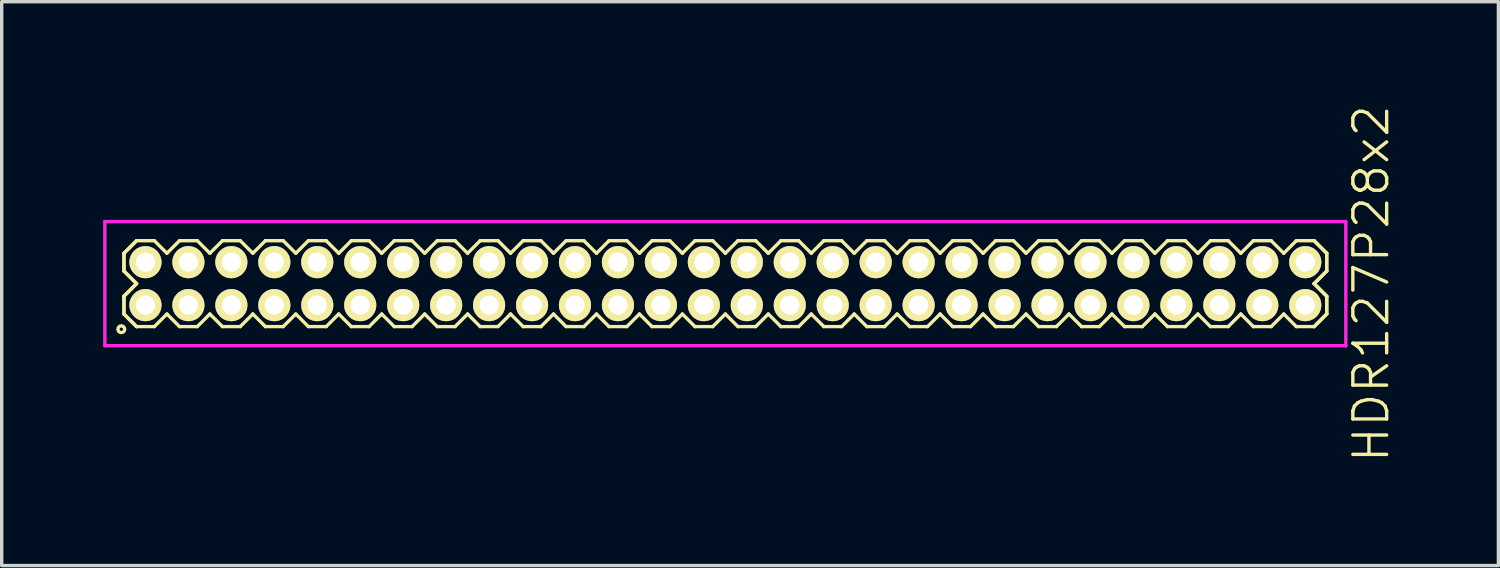
<source format=kicad_pcb>
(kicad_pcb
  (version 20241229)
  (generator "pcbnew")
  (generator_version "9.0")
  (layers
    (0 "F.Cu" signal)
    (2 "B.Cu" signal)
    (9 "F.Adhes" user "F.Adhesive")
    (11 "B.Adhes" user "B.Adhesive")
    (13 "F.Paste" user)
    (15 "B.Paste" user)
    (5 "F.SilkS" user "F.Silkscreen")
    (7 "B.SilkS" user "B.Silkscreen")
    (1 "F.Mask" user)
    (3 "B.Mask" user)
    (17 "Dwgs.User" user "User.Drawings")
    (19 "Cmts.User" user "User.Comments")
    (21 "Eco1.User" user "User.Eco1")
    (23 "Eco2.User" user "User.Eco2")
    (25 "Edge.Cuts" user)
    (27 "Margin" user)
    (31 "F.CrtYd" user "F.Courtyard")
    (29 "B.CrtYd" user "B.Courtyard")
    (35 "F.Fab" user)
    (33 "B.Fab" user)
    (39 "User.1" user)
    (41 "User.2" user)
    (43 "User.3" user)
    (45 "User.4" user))
  (footprint "HDR127P28x2"
    (layer "F.Cu")
    (at 18.395 5.336)
    (property "Reference" "HDR127P28x2" (at 19.095 0 90) (layer "F.SilkS") (effects (font (size 1 1) (thickness 0.1))))
    (attr through_hole)
    (fp_line (start -17.78 -0.898) (end -17.408 -1.27) (stroke (width 0.1) (type solid)) (layer "F.SilkS"))
    (fp_line (start -17.78 -0.898) (end -17.408 -1.27) (stroke (width 0.1) (type solid)) (layer "F.SilkS"))
    (fp_line (start -17.78 -0.372) (end -17.78 -0.898) (stroke (width 0.1) (type solid)) (layer "F.SilkS"))
    (fp_line (start -17.78 -0.372) (end -17.78 -0.898) (stroke (width 0.1) (type solid)) (layer "F.SilkS"))
    (fp_line (start -17.78 0.372) (end -17.408 0) (stroke (width 0.1) (type solid)) (layer "F.SilkS"))
    (fp_line (start -17.78 0.372) (end -17.408 0) (stroke (width 0.1) (type solid)) (layer "F.SilkS"))
    (fp_line (start -17.78 0.898) (end -17.78 0.372) (stroke (width 0.1) (type solid)) (layer "F.SilkS"))
    (fp_line (start -17.78 0.898) (end -17.78 0.372) (stroke (width 0.1) (type solid)) (layer "F.SilkS"))
    (fp_line (start -17.408 -1.27) (end -16.882 -1.27) (stroke (width 0.1) (type solid)) (layer "F.SilkS"))
    (fp_line (start -17.408 0) (end -17.78 -0.372) (stroke (width 0.1) (type solid)) (layer "F.SilkS"))
    (fp_line (start -17.408 0) (end -17.78 -0.372) (stroke (width 0.1) (type solid)) (layer "F.SilkS"))
    (fp_line (start -17.408 1.27) (end -17.78 0.898) (stroke (width 0.1) (type solid)) (layer "F.SilkS"))
    (fp_line (start -17.408 1.27) (end -17.78 0.898) (stroke (width 0.1) (type solid)) (layer "F.SilkS"))
    (fp_line (start -16.882 -1.27) (end -16.51 -0.898) (stroke (width 0.1) (type solid)) (layer "F.SilkS"))
    (fp_line (start -16.882 1.27) (end -17.408 1.27) (stroke (width 0.1) (type solid)) (layer "F.SilkS"))
    (fp_line (start -16.51 -0.898) (end -16.138 -1.27) (stroke (width 0.1) (type solid)) (layer "F.SilkS"))
    (fp_line (start -16.51 0.898) (end -16.882 1.27) (stroke (width 0.1) (type solid)) (layer "F.SilkS"))
    (fp_line (start -16.138 -1.27) (end -15.612 -1.27) (stroke (width 0.1) (type solid)) (layer "F.SilkS"))
    (fp_line (start -16.138 1.27) (end -16.51 0.898) (stroke (width 0.1) (type solid)) (layer "F.SilkS"))
    (fp_line (start -15.612 -1.27) (end -15.24 -0.898) (stroke (width 0.1) (type solid)) (layer "F.SilkS"))
    (fp_line (start -15.612 1.27) (end -16.138 1.27) (stroke (width 0.1) (type solid)) (layer "F.SilkS"))
    (fp_line (start -15.24 -0.898) (end -14.868 -1.27) (stroke (width 0.1) (type solid)) (layer "F.SilkS"))
    (fp_line (start -15.24 0.898) (end -15.612 1.27) (stroke (width 0.1) (type solid)) (layer "F.SilkS"))
    (fp_line (start -14.868 -1.27) (end -14.342 -1.27) (stroke (width 0.1) (type solid)) (layer "F.SilkS"))
    (fp_line (start -14.868 1.27) (end -15.24 0.898) (stroke (width 0.1) (type solid)) (layer "F.SilkS"))
    (fp_line (start -14.342 -1.27) (end -13.97 -0.898) (stroke (width 0.1) (type solid)) (layer "F.SilkS"))
    (fp_line (start -14.342 1.27) (end -14.868 1.27) (stroke (width 0.1) (type solid)) (layer "F.SilkS"))
    (fp_line (start -13.97 -0.898) (end -13.598 -1.27) (stroke (width 0.1) (type solid)) (layer "F.SilkS"))
    (fp_line (start -13.97 0.898) (end -14.342 1.27) (stroke (width 0.1) (type solid)) (layer "F.SilkS"))
    (fp_line (start -13.598 -1.27) (end -13.072 -1.27) (stroke (width 0.1) (type solid)) (layer "F.SilkS"))
    (fp_line (start -13.598 1.27) (end -13.97 0.898) (stroke (width 0.1) (type solid)) (layer "F.SilkS"))
    (fp_line (start -13.072 -1.27) (end -12.7 -0.898) (stroke (width 0.1) (type solid)) (layer "F.SilkS"))
    (fp_line (start -13.072 1.27) (end -13.598 1.27) (stroke (width 0.1) (type solid)) (layer "F.SilkS"))
    (fp_line (start -12.7 -0.898) (end -12.328 -1.27) (stroke (width 0.1) (type solid)) (layer "F.SilkS"))
    (fp_line (start -12.7 0.898) (end -13.072 1.27) (stroke (width 0.1) (type solid)) (layer "F.SilkS"))
    (fp_line (start -12.328 -1.27) (end -11.802 -1.27) (stroke (width 0.1) (type solid)) (layer "F.SilkS"))
    (fp_line (start -12.328 1.27) (end -12.7 0.898) (stroke (width 0.1) (type solid)) (layer "F.SilkS"))
    (fp_line (start -11.802 -1.27) (end -11.43 -0.898) (stroke (width 0.1) (type solid)) (layer "F.SilkS"))
    (fp_line (start -11.802 1.27) (end -12.328 1.27) (stroke (width 0.1) (type solid)) (layer "F.SilkS"))
    (fp_line (start -11.43 -0.898) (end -11.058 -1.27) (stroke (width 0.1) (type solid)) (layer "F.SilkS"))
    (fp_line (start -11.43 0.898) (end -11.802 1.27) (stroke (width 0.1) (type solid)) (layer "F.SilkS"))
    (fp_line (start -11.058 -1.27) (end -10.532 -1.27) (stroke (width 0.1) (type solid)) (layer "F.SilkS"))
    (fp_line (start -11.058 1.27) (end -11.43 0.898) (stroke (width 0.1) (type solid)) (layer "F.SilkS"))
    (fp_line (start -10.532 -1.27) (end -10.16 -0.898) (stroke (width 0.1) (type solid)) (layer "F.SilkS"))
    (fp_line (start -10.532 1.27) (end -11.058 1.27) (stroke (width 0.1) (type solid)) (layer "F.SilkS"))
    (fp_line (start -10.16 -0.898) (end -9.788 -1.27) (stroke (width 0.1) (type solid)) (layer "F.SilkS"))
    (fp_line (start -10.16 0.898) (end -10.532 1.27) (stroke (width 0.1) (type solid)) (layer "F.SilkS"))
    (fp_line (start -9.788 -1.27) (end -9.262 -1.27) (stroke (width 0.1) (type solid)) (layer "F.SilkS"))
    (fp_line (start -9.788 1.27) (end -10.16 0.898) (stroke (width 0.1) (type solid)) (layer "F.SilkS"))
    (fp_line (start -9.262 -1.27) (end -8.89 -0.898) (stroke (width 0.1) (type solid)) (layer "F.SilkS"))
    (fp_line (start -9.262 1.27) (end -9.788 1.27) (stroke (width 0.1) (type solid)) (layer "F.SilkS"))
    (fp_line (start -8.89 -0.898) (end -8.518 -1.27) (stroke (width 0.1) (type solid)) (layer "F.SilkS"))
    (fp_line (start -8.89 0.898) (end -9.262 1.27) (stroke (width 0.1) (type solid)) (layer "F.SilkS"))
    (fp_line (start -8.518 -1.27) (end -7.992 -1.27) (stroke (width 0.1) (type solid)) (layer "F.SilkS"))
    (fp_line (start -8.518 1.27) (end -8.89 0.898) (stroke (width 0.1) (type solid)) (layer "F.SilkS"))
    (fp_line (start -7.992 -1.27) (end -7.62 -0.898) (stroke (width 0.1) (type solid)) (layer "F.SilkS"))
    (fp_line (start -7.992 1.27) (end -8.518 1.27) (stroke (width 0.1) (type solid)) (layer "F.SilkS"))
    (fp_line (start -7.62 -0.898) (end -7.248 -1.27) (stroke (width 0.1) (type solid)) (layer "F.SilkS"))
    (fp_line (start -7.62 0.898) (end -7.992 1.27) (stroke (width 0.1) (type solid)) (layer "F.SilkS"))
    (fp_line (start -7.248 -1.27) (end -6.722 -1.27) (stroke (width 0.1) (type solid)) (layer "F.SilkS"))
    (fp_line (start -7.248 1.27) (end -7.62 0.898) (stroke (width 0.1) (type solid)) (layer "F.SilkS"))
    (fp_line (start -6.722 -1.27) (end -6.35 -0.898) (stroke (width 0.1) (type solid)) (layer "F.SilkS"))
    (fp_line (start -6.722 1.27) (end -7.248 1.27) (stroke (width 0.1) (type solid)) (layer "F.SilkS"))
    (fp_line (start -6.35 -0.898) (end -5.978 -1.27) (stroke (width 0.1) (type solid)) (layer "F.SilkS"))
    (fp_line (start -6.35 0.898) (end -6.722 1.27) (stroke (width 0.1) (type solid)) (layer "F.SilkS"))
    (fp_line (start -5.978 -1.27) (end -5.452 -1.27) (stroke (width 0.1) (type solid)) (layer "F.SilkS"))
    (fp_line (start -5.978 1.27) (end -6.35 0.898) (stroke (width 0.1) (type solid)) (layer "F.SilkS"))
    (fp_line (start -5.452 -1.27) (end -5.08 -0.898) (stroke (width 0.1) (type solid)) (layer "F.SilkS"))
    (fp_line (start -5.452 1.27) (end -5.978 1.27) (stroke (width 0.1) (type solid)) (layer "F.SilkS"))
    (fp_line (start -5.08 -0.898) (end -4.708 -1.27) (stroke (width 0.1) (type solid)) (layer "F.SilkS"))
    (fp_line (start -5.08 0.898) (end -5.452 1.27) (stroke (width 0.1) (type solid)) (layer "F.SilkS"))
    (fp_line (start -4.708 -1.27) (end -4.182 -1.27) (stroke (width 0.1) (type solid)) (layer "F.SilkS"))
    (fp_line (start -4.708 1.27) (end -5.08 0.898) (stroke (width 0.1) (type solid)) (layer "F.SilkS"))
    (fp_line (start -4.182 -1.27) (end -3.81 -0.898) (stroke (width 0.1) (type solid)) (layer "F.SilkS"))
    (fp_line (start -4.182 1.27) (end -4.708 1.27) (stroke (width 0.1) (type solid)) (layer "F.SilkS"))
    (fp_line (start -3.81 -0.898) (end -3.438 -1.27) (stroke (width 0.1) (type solid)) (layer "F.SilkS"))
    (fp_line (start -3.81 0.898) (end -4.182 1.27) (stroke (width 0.1) (type solid)) (layer "F.SilkS"))
    (fp_line (start -3.438 -1.27) (end -2.912 -1.27) (stroke (width 0.1) (type solid)) (layer "F.SilkS"))
    (fp_line (start -3.438 1.27) (end -3.81 0.898) (stroke (width 0.1) (type solid)) (layer "F.SilkS"))
    (fp_line (start -2.912 -1.27) (end -2.54 -0.898) (stroke (width 0.1) (type solid)) (layer "F.SilkS"))
    (fp_line (start -2.912 1.27) (end -3.438 1.27) (stroke (width 0.1) (type solid)) (layer "F.SilkS"))
    (fp_line (start -2.54 -0.898) (end -2.168 -1.27) (stroke (width 0.1) (type solid)) (layer "F.SilkS"))
    (fp_line (start -2.54 0.898) (end -2.912 1.27) (stroke (width 0.1) (type solid)) (layer "F.SilkS"))
    (fp_line (start -2.168 -1.27) (end -1.642 -1.27) (stroke (width 0.1) (type solid)) (layer "F.SilkS"))
    (fp_line (start -2.168 1.27) (end -2.54 0.898) (stroke (width 0.1) (type solid)) (layer "F.SilkS"))
    (fp_line (start -1.642 -1.27) (end -1.27 -0.898) (stroke (width 0.1) (type solid)) (layer "F.SilkS"))
    (fp_line (start -1.642 1.27) (end -2.168 1.27) (stroke (width 0.1) (type solid)) (layer "F.SilkS"))
    (fp_line (start -1.27 -0.898) (end -0.898 -1.27) (stroke (width 0.1) (type solid)) (layer "F.SilkS"))
    (fp_line (start -1.27 0.898) (end -1.642 1.27) (stroke (width 0.1) (type solid)) (layer "F.SilkS"))
    (fp_line (start -0.898 -1.27) (end -0.372 -1.27) (stroke (width 0.1) (type solid)) (layer "F.SilkS"))
    (fp_line (start -0.898 1.27) (end -1.27 0.898) (stroke (width 0.1) (type solid)) (layer "F.SilkS"))
    (fp_line (start -0.372 -1.27) (end 0 -0.898) (stroke (width 0.1) (type solid)) (layer "F.SilkS"))
    (fp_line (start -0.372 1.27) (end -0.898 1.27) (stroke (width 0.1) (type solid)) (layer "F.SilkS"))
    (fp_line (start 0 -0.898) (end 0.372 -1.27) (stroke (width 0.1) (type solid)) (layer "F.SilkS"))
    (fp_line (start 0 0.898) (end -0.372 1.27) (stroke (width 0.1) (type solid)) (layer "F.SilkS"))
    (fp_line (start 0.372 -1.27) (end 0.898 -1.27) (stroke (width 0.1) (type solid)) (layer "F.SilkS"))
    (fp_line (start 0.372 1.27) (end 0 0.898) (stroke (width 0.1) (type solid)) (layer "F.SilkS"))
    (fp_line (start 0.898 -1.27) (end 1.27 -0.898) (stroke (width 0.1) (type solid)) (layer "F.SilkS"))
    (fp_line (start 0.898 1.27) (end 0.372 1.27) (stroke (width 0.1) (type solid)) (layer "F.SilkS"))
    (fp_line (start 1.27 -0.898) (end 1.642 -1.27) (stroke (width 0.1) (type solid)) (layer "F.SilkS"))
    (fp_line (start 1.27 0.898) (end 0.898 1.27) (stroke (width 0.1) (type solid)) (layer "F.SilkS"))
    (fp_line (start 1.642 -1.27) (end 2.168 -1.27) (stroke (width 0.1) (type solid)) (layer "F.SilkS"))
    (fp_line (start 1.642 1.27) (end 1.27 0.898) (stroke (width 0.1) (type solid)) (layer "F.SilkS"))
    (fp_line (start 2.168 -1.27) (end 2.54 -0.898) (stroke (width 0.1) (type solid)) (layer "F.SilkS"))
    (fp_line (start 2.168 1.27) (end 1.642 1.27) (stroke (width 0.1) (type solid)) (layer "F.SilkS"))
    (fp_line (start 2.54 -0.898) (end 2.912 -1.27) (stroke (width 0.1) (type solid)) (layer "F.SilkS"))
    (fp_line (start 2.54 0.898) (end 2.168 1.27) (stroke (width 0.1) (type solid)) (layer "F.SilkS"))
    (fp_line (start 2.912 -1.27) (end 3.438 -1.27) (stroke (width 0.1) (type solid)) (layer "F.SilkS"))
    (fp_line (start 2.912 1.27) (end 2.54 0.898) (stroke (width 0.1) (type solid)) (layer "F.SilkS"))
    (fp_line (start 3.438 -1.27) (end 3.81 -0.898) (stroke (width 0.1) (type solid)) (layer "F.SilkS"))
    (fp_line (start 3.438 1.27) (end 2.912 1.27) (stroke (width 0.1) (type solid)) (layer "F.SilkS"))
    (fp_line (start 3.81 -0.898) (end 4.182 -1.27) (stroke (width 0.1) (type solid)) (layer "F.SilkS"))
    (fp_line (start 3.81 0.898) (end 3.438 1.27) (stroke (width 0.1) (type solid)) (layer "F.SilkS"))
    (fp_line (start 4.182 -1.27) (end 4.708 -1.27) (stroke (width 0.1) (type solid)) (layer "F.SilkS"))
    (fp_line (start 4.182 1.27) (end 3.81 0.898) (stroke (width 0.1) (type solid)) (layer "F.SilkS"))
    (fp_line (start 4.708 -1.27) (end 5.08 -0.898) (stroke (width 0.1) (type solid)) (layer "F.SilkS"))
    (fp_line (start 4.708 1.27) (end 4.182 1.27) (stroke (width 0.1) (type solid)) (layer "F.SilkS"))
    (fp_line (start 5.08 -0.898) (end 5.452 -1.27) (stroke (width 0.1) (type solid)) (layer "F.SilkS"))
    (fp_line (start 5.08 0.898) (end 4.708 1.27) (stroke (width 0.1) (type solid)) (layer "F.SilkS"))
    (fp_line (start 5.452 -1.27) (end 5.978 -1.27) (stroke (width 0.1) (type solid)) (layer "F.SilkS"))
    (fp_line (start 5.452 1.27) (end 5.08 0.898) (stroke (width 0.1) (type solid)) (layer "F.SilkS"))
    (fp_line (start 5.978 -1.27) (end 6.35 -0.898) (stroke (width 0.1) (type solid)) (layer "F.SilkS"))
    (fp_line (start 5.978 1.27) (end 5.452 1.27) (stroke (width 0.1) (type solid)) (layer "F.SilkS"))
    (fp_line (start 6.35 -0.898) (end 6.722 -1.27) (stroke (width 0.1) (type solid)) (layer "F.SilkS"))
    (fp_line (start 6.35 0.898) (end 5.978 1.27) (stroke (width 0.1) (type solid)) (layer "F.SilkS"))
    (fp_line (start 6.722 -1.27) (end 7.248 -1.27) (stroke (width 0.1) (type solid)) (layer "F.SilkS"))
    (fp_line (start 6.722 1.27) (end 6.35 0.898) (stroke (width 0.1) (type solid)) (layer "F.SilkS"))
    (fp_line (start 7.248 -1.27) (end 7.62 -0.898) (stroke (width 0.1) (type solid)) (layer "F.SilkS"))
    (fp_line (start 7.248 1.27) (end 6.722 1.27) (stroke (width 0.1) (type solid)) (layer "F.SilkS"))
    (fp_line (start 7.62 -0.898) (end 7.992 -1.27) (stroke (width 0.1) (type solid)) (layer "F.SilkS"))
    (fp_line (start 7.62 0.898) (end 7.248 1.27) (stroke (width 0.1) (type solid)) (layer "F.SilkS"))
    (fp_line (start 7.992 -1.27) (end 8.518 -1.27) (stroke (width 0.1) (type solid)) (layer "F.SilkS"))
    (fp_line (start 7.992 1.27) (end 7.62 0.898) (stroke (width 0.1) (type solid)) (layer "F.SilkS"))
    (fp_line (start 8.518 -1.27) (end 8.89 -0.898) (stroke (width 0.1) (type solid)) (layer "F.SilkS"))
    (fp_line (start 8.518 1.27) (end 7.992 1.27) (stroke (width 0.1) (type solid)) (layer "F.SilkS"))
    (fp_line (start 8.89 -0.898) (end 9.262 -1.27) (stroke (width 0.1) (type solid)) (layer "F.SilkS"))
    (fp_line (start 8.89 0.898) (end 8.518 1.27) (stroke (width 0.1) (type solid)) (layer "F.SilkS"))
    (fp_line (start 9.262 -1.27) (end 9.788 -1.27) (stroke (width 0.1) (type solid)) (layer "F.SilkS"))
    (fp_line (start 9.262 1.27) (end 8.89 0.898) (stroke (width 0.1) (type solid)) (layer "F.SilkS"))
    (fp_line (start 9.788 -1.27) (end 10.16 -0.898) (stroke (width 0.1) (type solid)) (layer "F.SilkS"))
    (fp_line (start 9.788 1.27) (end 9.262 1.27) (stroke (width 0.1) (type solid)) (layer "F.SilkS"))
    (fp_line (start 10.16 -0.898) (end 10.532 -1.27) (stroke (width 0.1) (type solid)) (layer "F.SilkS"))
    (fp_line (start 10.16 0.898) (end 9.788 1.27) (stroke (width 0.1) (type solid)) (layer "F.SilkS"))
    (fp_line (start 10.532 -1.27) (end 11.058 -1.27) (stroke (width 0.1) (type solid)) (layer "F.SilkS"))
    (fp_line (start 10.532 1.27) (end 10.16 0.898) (stroke (width 0.1) (type solid)) (layer "F.SilkS"))
    (fp_line (start 11.058 -1.27) (end 11.43 -0.898) (stroke (width 0.1) (type solid)) (layer "F.SilkS"))
    (fp_line (start 11.058 1.27) (end 10.532 1.27) (stroke (width 0.1) (type solid)) (layer "F.SilkS"))
    (fp_line (start 11.43 -0.898) (end 11.802 -1.27) (stroke (width 0.1) (type solid)) (layer "F.SilkS"))
    (fp_line (start 11.43 0.898) (end 11.058 1.27) (stroke (width 0.1) (type solid)) (layer "F.SilkS"))
    (fp_line (start 11.802 -1.27) (end 12.328 -1.27) (stroke (width 0.1) (type solid)) (layer "F.SilkS"))
    (fp_line (start 11.802 1.27) (end 11.43 0.898) (stroke (width 0.1) (type solid)) (layer "F.SilkS"))
    (fp_line (start 12.328 -1.27) (end 12.7 -0.898) (stroke (width 0.1) (type solid)) (layer "F.SilkS"))
    (fp_line (start 12.328 1.27) (end 11.802 1.27) (stroke (width 0.1) (type solid)) (layer "F.SilkS"))
    (fp_line (start 12.7 -0.898) (end 13.072 -1.27) (stroke (width 0.1) (type solid)) (layer "F.SilkS"))
    (fp_line (start 12.7 0.898) (end 12.328 1.27) (stroke (width 0.1) (type solid)) (layer "F.SilkS"))
    (fp_line (start 13.072 -1.27) (end 13.598 -1.27) (stroke (width 0.1) (type solid)) (layer "F.SilkS"))
    (fp_line (start 13.072 1.27) (end 12.7 0.898) (stroke (width 0.1) (type solid)) (layer "F.SilkS"))
    (fp_line (start 13.598 -1.27) (end 13.97 -0.898) (stroke (width 0.1) (type solid)) (layer "F.SilkS"))
    (fp_line (start 13.598 1.27) (end 13.072 1.27) (stroke (width 0.1) (type solid)) (layer "F.SilkS"))
    (fp_line (start 13.97 -0.898) (end 14.342 -1.27) (stroke (width 0.1) (type solid)) (layer "F.SilkS"))
    (fp_line (start 13.97 0.898) (end 13.598 1.27) (stroke (width 0.1) (type solid)) (layer "F.SilkS"))
    (fp_line (start 14.342 -1.27) (end 14.868 -1.27) (stroke (width 0.1) (type solid)) (layer "F.SilkS"))
    (fp_line (start 14.342 1.27) (end 13.97 0.898) (stroke (width 0.1) (type solid)) (layer "F.SilkS"))
    (fp_line (start 14.868 -1.27) (end 15.24 -0.898) (stroke (width 0.1) (type solid)) (layer "F.SilkS"))
    (fp_line (start 14.868 1.27) (end 14.342 1.27) (stroke (width 0.1) (type solid)) (layer "F.SilkS"))
    (fp_line (start 15.24 -0.898) (end 15.612 -1.27) (stroke (width 0.1) (type solid)) (layer "F.SilkS"))
    (fp_line (start 15.24 0.898) (end 14.868 1.27) (stroke (width 0.1) (type solid)) (layer "F.SilkS"))
    (fp_line (start 15.612 -1.27) (end 16.138 -1.27) (stroke (width 0.1) (type solid)) (layer "F.SilkS"))
    (fp_line (start 15.612 1.27) (end 15.24 0.898) (stroke (width 0.1) (type solid)) (layer "F.SilkS"))
    (fp_line (start 16.138 -1.27) (end 16.51 -0.898) (stroke (width 0.1) (type solid)) (layer "F.SilkS"))
    (fp_line (start 16.138 1.27) (end 15.612 1.27) (stroke (width 0.1) (type solid)) (layer "F.SilkS"))
    (fp_line (start 16.51 -0.898) (end 16.882 -1.27) (stroke (width 0.1) (type solid)) (layer "F.SilkS"))
    (fp_line (start 16.51 0.898) (end 16.138 1.27) (stroke (width 0.1) (type solid)) (layer "F.SilkS"))
    (fp_line (start 16.882 -1.27) (end 17.408 -1.27) (stroke (width 0.1) (type solid)) (layer "F.SilkS"))
    (fp_line (start 16.882 1.27) (end 16.51 0.898) (stroke (width 0.1) (type solid)) (layer "F.SilkS"))
    (fp_line (start 17.408 -1.27) (end 17.78 -0.898) (stroke (width 0.1) (type solid)) (layer "F.SilkS"))
    (fp_line (start 17.408 -1.27) (end 17.78 -0.898) (stroke (width 0.1) (type solid)) (layer "F.SilkS"))
    (fp_line (start 17.408 0) (end 17.78 0.372) (stroke (width 0.1) (type solid)) (layer "F.SilkS"))
    (fp_line (start 17.408 0) (end 17.78 0.372) (stroke (width 0.1) (type solid)) (layer "F.SilkS"))
    (fp_line (start 17.408 1.27) (end 16.882 1.27) (stroke (width 0.1) (type solid)) (layer "F.SilkS"))
    (fp_line (start 17.78 -0.898) (end 17.78 -0.372) (stroke (width 0.1) (type solid)) (layer "F.SilkS"))
    (fp_line (start 17.78 -0.898) (end 17.78 -0.372) (stroke (width 0.1) (type solid)) (layer "F.SilkS"))
    (fp_line (start 17.78 -0.372) (end 17.408 0) (stroke (width 0.1) (type solid)) (layer "F.SilkS"))
    (fp_line (start 17.78 -0.372) (end 17.408 0) (stroke (width 0.1) (type solid)) (layer "F.SilkS"))
    (fp_line (start 17.78 0.372) (end 17.78 0.898) (stroke (width 0.1) (type solid)) (layer "F.SilkS"))
    (fp_line (start 17.78 0.372) (end 17.78 0.898) (stroke (width 0.1) (type solid)) (layer "F.SilkS"))
    (fp_line (start 17.78 0.898) (end 17.408 1.27) (stroke (width 0.1) (type solid)) (layer "F.SilkS"))
    (fp_line (start 17.78 0.898) (end 17.408 1.27) (stroke (width 0.1) (type solid)) (layer "F.SilkS"))
    (fp_circle (center -17.858 1.348) (end -17.758 1.348) (stroke (width 0.1) (type solid)) (fill no) (layer "F.SilkS"))
    (fp_line (start -18.345 -1.835) (end -18.345 1.835) (stroke (width 0.1) (type solid)) (layer "F.CrtYd"))
    (fp_line (start -18.345 1.835) (end 18.345 1.835) (stroke (width 0.1) (type solid)) (layer "F.CrtYd"))
    (fp_line (start 18.345 -1.835) (end -18.345 -1.835) (stroke (width 0.1) (type solid)) (layer "F.CrtYd"))
    (fp_line (start 18.345 1.835) (end 18.345 -1.835) (stroke (width 0.1) (type solid)) (layer "F.CrtYd"))
    (pad "1" thru_hole oval (at -17.145 0.635) (size 0.95 0.95) (drill 0.57) (layers "*.Cu" "*.Mask" "F.SilkS"))
    (pad "2" thru_hole oval (at -17.145 -0.635) (size 0.95 0.95) (drill 0.57) (layers "*.Cu" "*.Mask" "F.SilkS"))
    (pad "3" thru_hole oval (at -15.875 0.635) (size 0.95 0.95) (drill 0.57) (layers "*.Cu" "*.Mask" "F.SilkS"))
    (pad "4" thru_hole oval (at -15.875 -0.635) (size 0.95 0.95) (drill 0.57) (layers "*.Cu" "*.Mask" "F.SilkS"))
    (pad "5" thru_hole oval (at -14.605 0.635) (size 0.95 0.95) (drill 0.57) (layers "*.Cu" "*.Mask" "F.SilkS"))
    (pad "6" thru_hole oval (at -14.605 -0.635) (size 0.95 0.95) (drill 0.57) (layers "*.Cu" "*.Mask" "F.SilkS"))
    (pad "7" thru_hole oval (at -13.335 0.635) (size 0.95 0.95) (drill 0.57) (layers "*.Cu" "*.Mask" "F.SilkS"))
    (pad "8" thru_hole oval (at -13.335 -0.635) (size 0.95 0.95) (drill 0.57) (layers "*.Cu" "*.Mask" "F.SilkS"))
    (pad "9" thru_hole oval (at -12.065 0.635) (size 0.95 0.95) (drill 0.57) (layers "*.Cu" "*.Mask" "F.SilkS"))
    (pad "10" thru_hole oval (at -12.065 -0.635) (size 0.95 0.95) (drill 0.57) (layers "*.Cu" "*.Mask" "F.SilkS"))
    (pad "11" thru_hole oval (at -10.795 0.635) (size 0.95 0.95) (drill 0.57) (layers "*.Cu" "*.Mask" "F.SilkS"))
    (pad "12" thru_hole oval (at -10.795 -0.635) (size 0.95 0.95) (drill 0.57) (layers "*.Cu" "*.Mask" "F.SilkS"))
    (pad "13" thru_hole oval (at -9.525 0.635) (size 0.95 0.95) (drill 0.57) (layers "*.Cu" "*.Mask" "F.SilkS"))
    (pad "14" thru_hole oval (at -9.525 -0.635) (size 0.95 0.95) (drill 0.57) (layers "*.Cu" "*.Mask" "F.SilkS"))
    (pad "15" thru_hole oval (at -8.255 0.635) (size 0.95 0.95) (drill 0.57) (layers "*.Cu" "*.Mask" "F.SilkS"))
    (pad "16" thru_hole oval (at -8.255 -0.635) (size 0.95 0.95) (drill 0.57) (layers "*.Cu" "*.Mask" "F.SilkS"))
    (pad "17" thru_hole oval (at -6.985 0.635) (size 0.95 0.95) (drill 0.57) (layers "*.Cu" "*.Mask" "F.SilkS"))
    (pad "18" thru_hole oval (at -6.985 -0.635) (size 0.95 0.95) (drill 0.57) (layers "*.Cu" "*.Mask" "F.SilkS"))
    (pad "19" thru_hole oval (at -5.715 0.635) (size 0.95 0.95) (drill 0.57) (layers "*.Cu" "*.Mask" "F.SilkS"))
    (pad "20" thru_hole oval (at -5.715 -0.635) (size 0.95 0.95) (drill 0.57) (layers "*.Cu" "*.Mask" "F.SilkS"))
    (pad "21" thru_hole oval (at -4.445 0.635) (size 0.95 0.95) (drill 0.57) (layers "*.Cu" "*.Mask" "F.SilkS"))
    (pad "22" thru_hole oval (at -4.445 -0.635) (size 0.95 0.95) (drill 0.57) (layers "*.Cu" "*.Mask" "F.SilkS"))
    (pad "23" thru_hole oval (at -3.175 0.635) (size 0.95 0.95) (drill 0.57) (layers "*.Cu" "*.Mask" "F.SilkS"))
    (pad "24" thru_hole oval (at -3.175 -0.635) (size 0.95 0.95) (drill 0.57) (layers "*.Cu" "*.Mask" "F.SilkS"))
    (pad "25" thru_hole oval (at -1.905 0.635) (size 0.95 0.95) (drill 0.57) (layers "*.Cu" "*.Mask" "F.SilkS"))
    (pad "26" thru_hole oval (at -1.905 -0.635) (size 0.95 0.95) (drill 0.57) (layers "*.Cu" "*.Mask" "F.SilkS"))
    (pad "27" thru_hole oval (at -0.635 0.635) (size 0.95 0.95) (drill 0.57) (layers "*.Cu" "*.Mask" "F.SilkS"))
    (pad "28" thru_hole oval (at -0.635 -0.635) (size 0.95 0.95) (drill 0.57) (layers "*.Cu" "*.Mask" "F.SilkS"))
    (pad "29" thru_hole oval (at 0.635 0.635) (size 0.95 0.95) (drill 0.57) (layers "*.Cu" "*.Mask" "F.SilkS"))
    (pad "30" thru_hole oval (at 0.635 -0.635) (size 0.95 0.95) (drill 0.57) (layers "*.Cu" "*.Mask" "F.SilkS"))
    (pad "31" thru_hole oval (at 1.905 0.635) (size 0.95 0.95) (drill 0.57) (layers "*.Cu" "*.Mask" "F.SilkS"))
    (pad "32" thru_hole oval (at 1.905 -0.635) (size 0.95 0.95) (drill 0.57) (layers "*.Cu" "*.Mask" "F.SilkS"))
    (pad "33" thru_hole oval (at 3.175 0.635) (size 0.95 0.95) (drill 0.57) (layers "*.Cu" "*.Mask" "F.SilkS"))
    (pad "34" thru_hole oval (at 3.175 -0.635) (size 0.95 0.95) (drill 0.57) (layers "*.Cu" "*.Mask" "F.SilkS"))
    (pad "35" thru_hole oval (at 4.445 0.635) (size 0.95 0.95) (drill 0.57) (layers "*.Cu" "*.Mask" "F.SilkS"))
    (pad "36" thru_hole oval (at 4.445 -0.635) (size 0.95 0.95) (drill 0.57) (layers "*.Cu" "*.Mask" "F.SilkS"))
    (pad "37" thru_hole oval (at 5.715 0.635) (size 0.95 0.95) (drill 0.57) (layers "*.Cu" "*.Mask" "F.SilkS"))
    (pad "38" thru_hole oval (at 5.715 -0.635) (size 0.95 0.95) (drill 0.57) (layers "*.Cu" "*.Mask" "F.SilkS"))
    (pad "39" thru_hole oval (at 6.985 0.635) (size 0.95 0.95) (drill 0.57) (layers "*.Cu" "*.Mask" "F.SilkS"))
    (pad "40" thru_hole oval (at 6.985 -0.635) (size 0.95 0.95) (drill 0.57) (layers "*.Cu" "*.Mask" "F.SilkS"))
    (pad "41" thru_hole oval (at 8.255 0.635) (size 0.95 0.95) (drill 0.57) (layers "*.Cu" "*.Mask" "F.SilkS"))
    (pad "42" thru_hole oval (at 8.255 -0.635) (size 0.95 0.95) (drill 0.57) (layers "*.Cu" "*.Mask" "F.SilkS"))
    (pad "43" thru_hole oval (at 9.525 0.635) (size 0.95 0.95) (drill 0.57) (layers "*.Cu" "*.Mask" "F.SilkS"))
    (pad "44" thru_hole oval (at 9.525 -0.635) (size 0.95 0.95) (drill 0.57) (layers "*.Cu" "*.Mask" "F.SilkS"))
    (pad "45" thru_hole oval (at 10.795 0.635) (size 0.95 0.95) (drill 0.57) (layers "*.Cu" "*.Mask" "F.SilkS"))
    (pad "46" thru_hole oval (at 10.795 -0.635) (size 0.95 0.95) (drill 0.57) (layers "*.Cu" "*.Mask" "F.SilkS"))
    (pad "47" thru_hole oval (at 12.065 0.635) (size 0.95 0.95) (drill 0.57) (layers "*.Cu" "*.Mask" "F.SilkS"))
    (pad "48" thru_hole oval (at 12.065 -0.635) (size 0.95 0.95) (drill 0.57) (layers "*.Cu" "*.Mask" "F.SilkS"))
    (pad "49" thru_hole oval (at 13.335 0.635) (size 0.95 0.95) (drill 0.57) (layers "*.Cu" "*.Mask" "F.SilkS"))
    (pad "50" thru_hole oval (at 13.335 -0.635) (size 0.95 0.95) (drill 0.57) (layers "*.Cu" "*.Mask" "F.SilkS"))
    (pad "51" thru_hole oval (at 14.605 0.635) (size 0.95 0.95) (drill 0.57) (layers "*.Cu" "*.Mask" "F.SilkS"))
    (pad "52" thru_hole oval (at 14.605 -0.635) (size 0.95 0.95) (drill 0.57) (layers "*.Cu" "*.Mask" "F.SilkS"))
    (pad "53" thru_hole oval (at 15.875 0.635) (size 0.95 0.95) (drill 0.57) (layers "*.Cu" "*.Mask" "F.SilkS"))
    (pad "54" thru_hole oval (at 15.875 -0.635) (size 0.95 0.95) (drill 0.57) (layers "*.Cu" "*.Mask" "F.SilkS"))
    (pad "55" thru_hole oval (at 17.145 0.635) (size 0.95 0.95) (drill 0.57) (layers "*.Cu" "*.Mask" "F.SilkS"))
    (pad "56" thru_hole oval (at 17.145 -0.635) (size 0.95 0.95) (drill 0.57) (layers "*.Cu" "*.Mask" "F.SilkS")))
  (gr_rect
    (start -3 -3)
    (end 41.251 13.671)
    (stroke (width 0.1) (type default))
    (fill no)
    (layer "Edge.Cuts")))
</source>
